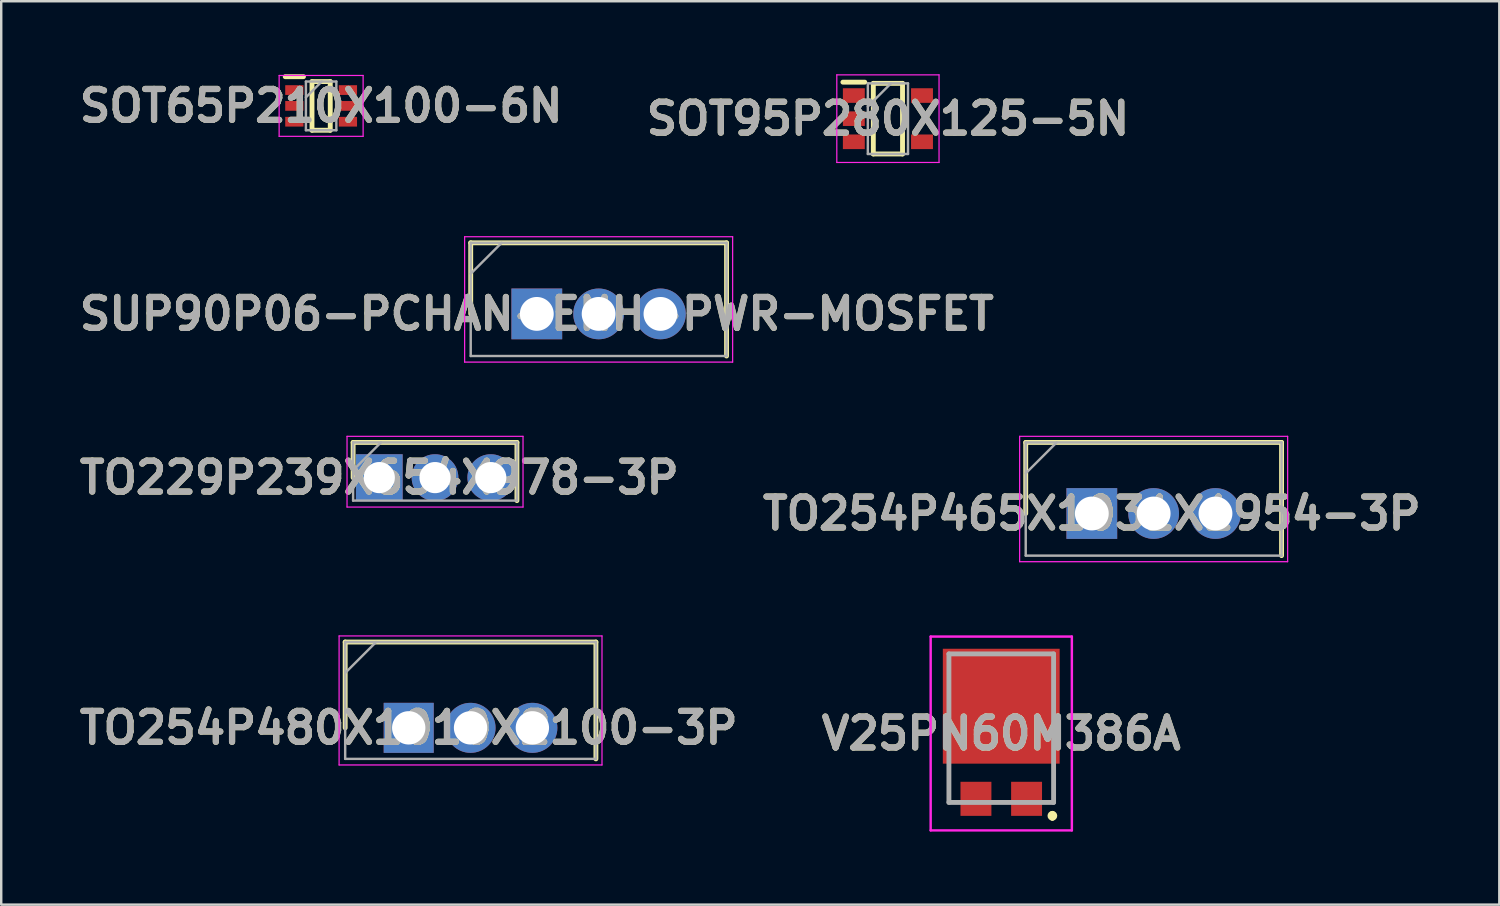
<source format=kicad_pcb>
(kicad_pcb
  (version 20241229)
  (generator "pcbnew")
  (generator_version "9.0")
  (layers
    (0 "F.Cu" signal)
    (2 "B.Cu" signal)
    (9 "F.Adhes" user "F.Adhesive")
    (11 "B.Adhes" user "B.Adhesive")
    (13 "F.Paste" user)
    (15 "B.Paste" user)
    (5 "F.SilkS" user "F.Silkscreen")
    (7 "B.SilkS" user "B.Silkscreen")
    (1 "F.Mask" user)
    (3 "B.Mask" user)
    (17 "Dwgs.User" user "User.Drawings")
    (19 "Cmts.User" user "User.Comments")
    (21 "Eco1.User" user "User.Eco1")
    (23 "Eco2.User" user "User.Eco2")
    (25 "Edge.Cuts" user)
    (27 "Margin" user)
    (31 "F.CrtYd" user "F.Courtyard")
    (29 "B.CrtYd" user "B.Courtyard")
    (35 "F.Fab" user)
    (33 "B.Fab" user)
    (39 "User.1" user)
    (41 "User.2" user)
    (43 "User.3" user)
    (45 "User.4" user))
  (footprint "SOT95P280X125-5N"
    (layer "F.Cu")
    (at 33.426 1.825)
    (property "Reference" "SOT95P280X125-5N" (at 0 0 0) (layer "F.SilkS") (effects (font (size 1.27 1.27) (thickness 0.254))))
    (attr smd)
    (fp_line (start -1.85 -1.5) (end -0.95 -1.5) (stroke (width 0.2) (type solid)) (layer "F.SilkS"))
    (fp_line (start -0.6 -1.45) (end 0.6 -1.45) (stroke (width 0.2) (type solid)) (layer "F.SilkS"))
    (fp_line (start -0.6 1.45) (end -0.6 -1.45) (stroke (width 0.2) (type solid)) (layer "F.SilkS"))
    (fp_line (start 0.6 -1.45) (end 0.6 1.45) (stroke (width 0.2) (type solid)) (layer "F.SilkS"))
    (fp_line (start 0.6 1.45) (end -0.6 1.45) (stroke (width 0.2) (type solid)) (layer "F.SilkS"))
    (fp_line (start -2.1 -1.8) (end 2.1 -1.8) (stroke (width 0.05) (type solid)) (layer "F.CrtYd"))
    (fp_line (start -2.1 1.8) (end -2.1 -1.8) (stroke (width 0.05) (type solid)) (layer "F.CrtYd"))
    (fp_line (start 2.1 -1.8) (end 2.1 1.8) (stroke (width 0.05) (type solid)) (layer "F.CrtYd"))
    (fp_line (start 2.1 1.8) (end -2.1 1.8) (stroke (width 0.05) (type solid)) (layer "F.CrtYd"))
    (fp_line (start -0.825 -1.45) (end 0.825 -1.45) (stroke (width 0.1) (type solid)) (layer "F.Fab"))
    (fp_line (start -0.825 -0.5) (end 0.125 -1.45) (stroke (width 0.1) (type solid)) (layer "F.Fab"))
    (fp_line (start -0.825 1.45) (end -0.825 -1.45) (stroke (width 0.1) (type solid)) (layer "F.Fab"))
    (fp_line (start 0.825 -1.45) (end 0.825 1.45) (stroke (width 0.1) (type solid)) (layer "F.Fab"))
    (fp_line (start 0.825 1.45) (end -0.825 1.45) (stroke (width 0.1) (type solid)) (layer "F.Fab"))
    (fp_text user "${REFERENCE}" (at 0 0 0) (layer "F.Fab") (effects (font (size 1.27 1.27) (thickness 0.254))))
    (pad "1" smd rect (at -1.4 -0.95 90) (size 0.6 0.9) (layers "F.Cu" "F.Mask" "F.Paste"))
    (pad "2" smd rect (at -1.4 0 90) (size 0.6 0.9) (layers "F.Cu" "F.Mask" "F.Paste"))
    (pad "3" smd rect (at -1.4 0.95 90) (size 0.6 0.9) (layers "F.Cu" "F.Mask" "F.Paste"))
    (pad "4" smd rect (at 1.4 0.95 90) (size 0.6 0.9) (layers "F.Cu" "F.Mask" "F.Paste"))
    (pad "5" smd rect (at 1.4 -0.95 90) (size 0.6 0.9) (layers "F.Cu" "F.Mask" "F.Paste")))
  (footprint "V25PN60M386A"
    (layer "F.Cu")
    (at 38.082 27.863)
    (property "Reference" "V25PN60M386A" (at 0 -0.781 0) (layer "F.SilkS") (effects (font (size 1.27 1.27) (thickness 0.254))))
    (attr smd)
    (fp_line (start -2.15 0.8) (end -2.15 2.05) (stroke (width 0.1) (type solid)) (layer "F.SilkS"))
    (fp_line (start -2.15 2.05) (end -2 2.05) (stroke (width 0.1) (type solid)) (layer "F.SilkS"))
    (fp_line (start -0.2 2.05) (end 0.2 2.05) (stroke (width 0.1) (type solid)) (layer "F.SilkS"))
    (fp_line (start 2 2.05) (end 2.15 2.05) (stroke (width 0.1) (type solid)) (layer "F.SilkS"))
    (fp_line (start 2.1 2.5) (end 2.1 2.5) (stroke (width 0.2) (type solid)) (layer "F.SilkS"))
    (fp_line (start 2.1 2.7) (end 2.1 2.7) (stroke (width 0.2) (type solid)) (layer "F.SilkS"))
    (fp_line (start 2.15 2.05) (end 2.15 0.8) (stroke (width 0.1) (type solid)) (layer "F.SilkS"))
    (fp_arc (start 2.1 2.5) (mid 2.2 2.6) (end 2.1 2.7) (stroke (width 0.2) (type solid)) (layer "F.SilkS"))
    (fp_arc (start 2.1 2.7) (mid 2 2.6) (end 2.1 2.5) (stroke (width 0.2) (type solid)) (layer "F.SilkS"))
    (fp_line (start -2.9 -4.763) (end 2.9 -4.763) (stroke (width 0.1) (type solid)) (layer "F.CrtYd"))
    (fp_line (start -2.9 3.2) (end -2.9 -4.763) (stroke (width 0.1) (type solid)) (layer "F.CrtYd"))
    (fp_line (start 2.9 -4.763) (end 2.9 3.2) (stroke (width 0.1) (type solid)) (layer "F.CrtYd"))
    (fp_line (start 2.9 3.2) (end -2.9 3.2) (stroke (width 0.1) (type solid)) (layer "F.CrtYd"))
    (fp_line (start -2.15 -4.05) (end 2.15 -4.05) (stroke (width 0.2) (type solid)) (layer "F.Fab"))
    (fp_line (start -2.15 2.05) (end -2.15 -4.05) (stroke (width 0.2) (type solid)) (layer "F.Fab"))
    (fp_line (start 2.15 -4.05) (end 2.15 2.05) (stroke (width 0.2) (type solid)) (layer "F.Fab"))
    (fp_line (start 2.15 2.05) (end -2.15 2.05) (stroke (width 0.2) (type solid)) (layer "F.Fab"))
    (fp_text user "${REFERENCE}" (at 0 -0.781 0) (layer "F.Fab") (effects (font (size 1.27 1.27) (thickness 0.254))))
    (pad "1" smd rect (at -1.04 1.903) (size 1.27 1.4) (layers "F.Cu" "F.Mask" "F.Paste"))
    (pad "1" smd rect (at 1.04 1.903) (size 1.27 1.4) (layers "F.Cu" "F.Mask" "F.Paste"))
    (pad "2" smd rect (at 0 -1.902 90) (size 4.72 4.8) (layers "F.Cu" "F.Mask" "F.Paste")))
  (footprint "TO229P239X654X978-3P"
    (layer "F.Cu")
    (at 12.531 16.57)
    (property "Reference" "TO229P239X654X978-3P" (at 0 0 0) (layer "F.SilkS") (effects (font (size 1.27 1.27) (thickness 0.254))))
    (attr through_hole)
    (fp_line (start -1.075 -1.445) (end -1.075 0) (stroke (width 0.2) (type solid)) (layer "F.SilkS"))
    (fp_line (start 5.655 -1.445) (end -1.075 -1.445) (stroke (width 0.2) (type solid)) (layer "F.SilkS"))
    (fp_line (start 5.655 0.945) (end 5.655 -1.445) (stroke (width 0.2) (type solid)) (layer "F.SilkS"))
    (fp_line (start -1.325 -1.695) (end 5.905 -1.695) (stroke (width 0.05) (type solid)) (layer "F.CrtYd"))
    (fp_line (start -1.325 1.21) (end -1.325 -1.695) (stroke (width 0.05) (type solid)) (layer "F.CrtYd"))
    (fp_line (start 5.905 -1.695) (end 5.905 1.21) (stroke (width 0.05) (type solid)) (layer "F.CrtYd"))
    (fp_line (start 5.905 1.21) (end -1.325 1.21) (stroke (width 0.05) (type solid)) (layer "F.CrtYd"))
    (fp_line (start -1.075 -1.445) (end 5.655 -1.445) (stroke (width 0.1) (type solid)) (layer "F.Fab"))
    (fp_line (start -1.075 -0.3) (end 0.07 -1.445) (stroke (width 0.1) (type solid)) (layer "F.Fab"))
    (fp_line (start -1.075 0.945) (end -1.075 -1.445) (stroke (width 0.1) (type solid)) (layer "F.Fab"))
    (fp_line (start 5.655 -1.445) (end 5.655 0.945) (stroke (width 0.1) (type solid)) (layer "F.Fab"))
    (fp_line (start 5.655 0.945) (end -1.075 0.945) (stroke (width 0.1) (type solid)) (layer "F.Fab"))
    (fp_text user "${REFERENCE}" (at 0 0 0) (layer "F.Fab") (effects (font (size 1.27 1.27) (thickness 0.254))))
    (pad "1" thru_hole rect (at 0 0) (size 1.92 1.92) (drill 1.28) (layers "*.Cu" "*.Mask"))
    (pad "2" thru_hole circle (at 2.29 0) (size 1.92 1.92) (drill 1.28) (layers "*.Cu" "*.Mask"))
    (pad "3" thru_hole circle (at 4.58 0) (size 1.92 1.92) (drill 1.28) (layers "*.Cu" "*.Mask")))
  (footprint "SOT65P210X100-6N"
    (layer "F.Cu")
    (at 10.142 1.3)
    (property "Reference" "SOT65P210X100-6N" (at 0 0 0) (layer "F.SilkS") (effects (font (size 1.27 1.27) (thickness 0.254))))
    (attr smd)
    (fp_line (start -1.475 -1.2) (end -0.725 -1.2) (stroke (width 0.2) (type solid)) (layer "F.SilkS"))
    (fp_line (start -0.375 -1) (end 0.375 -1) (stroke (width 0.2) (type solid)) (layer "F.SilkS"))
    (fp_line (start -0.375 1) (end -0.375 -1) (stroke (width 0.2) (type solid)) (layer "F.SilkS"))
    (fp_line (start 0.375 -1) (end 0.375 1) (stroke (width 0.2) (type solid)) (layer "F.SilkS"))
    (fp_line (start 0.375 1) (end -0.375 1) (stroke (width 0.2) (type solid)) (layer "F.SilkS"))
    (fp_line (start -1.725 -1.25) (end 1.725 -1.25) (stroke (width 0.05) (type solid)) (layer "F.CrtYd"))
    (fp_line (start -1.725 1.25) (end -1.725 -1.25) (stroke (width 0.05) (type solid)) (layer "F.CrtYd"))
    (fp_line (start 1.725 -1.25) (end 1.725 1.25) (stroke (width 0.05) (type solid)) (layer "F.CrtYd"))
    (fp_line (start 1.725 1.25) (end -1.725 1.25) (stroke (width 0.05) (type solid)) (layer "F.CrtYd"))
    (fp_line (start -0.625 -1) (end 0.625 -1) (stroke (width 0.1) (type solid)) (layer "F.Fab"))
    (fp_line (start -0.625 -0.35) (end 0.025 -1) (stroke (width 0.1) (type solid)) (layer "F.Fab"))
    (fp_line (start -0.625 1) (end -0.625 -1) (stroke (width 0.1) (type solid)) (layer "F.Fab"))
    (fp_line (start 0.625 -1) (end 0.625 1) (stroke (width 0.1) (type solid)) (layer "F.Fab"))
    (fp_line (start 0.625 1) (end -0.625 1) (stroke (width 0.1) (type solid)) (layer "F.Fab"))
    (fp_text user "${REFERENCE}" (at 0 0 0) (layer "F.Fab") (effects (font (size 1.27 1.27) (thickness 0.254))))
    (pad "1" smd rect (at -1.1 -0.65 90) (size 0.4 0.75) (layers "F.Cu" "F.Mask" "F.Paste"))
    (pad "2" smd rect (at -1.1 0 90) (size 0.4 0.75) (layers "F.Cu" "F.Mask" "F.Paste"))
    (pad "3" smd rect (at -1.1 0.65 90) (size 0.4 0.75) (layers "F.Cu" "F.Mask" "F.Paste"))
    (pad "4" smd rect (at 1.1 0.65 90) (size 0.4 0.75) (layers "F.Cu" "F.Mask" "F.Paste"))
    (pad "5" smd rect (at 1.1 0 90) (size 0.4 0.75) (layers "F.Cu" "F.Mask" "F.Paste"))
    (pad "6" smd rect (at 1.1 -0.65 90) (size 0.4 0.75) (layers "F.Cu" "F.Mask" "F.Paste")))
  (footprint "TO254P465X1031X1954-3P"
    (layer "F.Cu")
    (at 41.802 18.045)
    (property "Reference" "TO254P465X1031X1954-3P" (at 0 0 0) (layer "F.SilkS") (effects (font (size 1.27 1.27) (thickness 0.254))))
    (attr through_hole)
    (fp_line (start -2.715 -2.92) (end -2.715 0) (stroke (width 0.2) (type solid)) (layer "F.SilkS"))
    (fp_line (start 7.795 -2.92) (end -2.715 -2.92) (stroke (width 0.2) (type solid)) (layer "F.SilkS"))
    (fp_line (start 7.795 1.73) (end 7.795 -2.92) (stroke (width 0.2) (type solid)) (layer "F.SilkS"))
    (fp_line (start -2.965 -3.17) (end 8.045 -3.17) (stroke (width 0.05) (type solid)) (layer "F.CrtYd"))
    (fp_line (start -2.965 1.98) (end -2.965 -3.17) (stroke (width 0.05) (type solid)) (layer "F.CrtYd"))
    (fp_line (start 8.045 -3.17) (end 8.045 1.98) (stroke (width 0.05) (type solid)) (layer "F.CrtYd"))
    (fp_line (start 8.045 1.98) (end -2.965 1.98) (stroke (width 0.05) (type solid)) (layer "F.CrtYd"))
    (fp_line (start -2.715 -2.92) (end 7.795 -2.92) (stroke (width 0.1) (type solid)) (layer "F.Fab"))
    (fp_line (start -2.715 -1.65) (end -1.445 -2.92) (stroke (width 0.1) (type solid)) (layer "F.Fab"))
    (fp_line (start -2.715 1.73) (end -2.715 -2.92) (stroke (width 0.1) (type solid)) (layer "F.Fab"))
    (fp_line (start 7.795 -2.92) (end 7.795 1.73) (stroke (width 0.1) (type solid)) (layer "F.Fab"))
    (fp_line (start 7.795 1.73) (end -2.715 1.73) (stroke (width 0.1) (type solid)) (layer "F.Fab"))
    (fp_text user "${REFERENCE}" (at 0 0 0) (layer "F.Fab") (effects (font (size 1.27 1.27) (thickness 0.254))))
    (pad "1" thru_hole rect (at 0 0) (size 2.085 2.085) (drill 1.39) (layers "*.Cu" "*.Mask"))
    (pad "2" thru_hole circle (at 2.54 0) (size 2.085 2.085) (drill 1.39) (layers "*.Cu" "*.Mask"))
    (pad "3" thru_hole circle (at 5.08 0) (size 2.085 2.085) (drill 1.39) (layers "*.Cu" "*.Mask")))
  (footprint "TO254P480X1010X2100-3P"
    (layer "F.Cu")
    (at 13.74 26.85)
    (property "Reference" "TO254P480X1010X2100-3P" (at 0 0 0) (layer "F.SilkS") (effects (font (size 1.27 1.27) (thickness 0.254))))
    (attr through_hole)
    (fp_line (start -2.61 -3.525) (end -2.61 0) (stroke (width 0.2) (type solid)) (layer "F.SilkS"))
    (fp_line (start 7.69 -3.525) (end -2.61 -3.525) (stroke (width 0.2) (type solid)) (layer "F.SilkS"))
    (fp_line (start 7.69 1.275) (end 7.69 -3.525) (stroke (width 0.2) (type solid)) (layer "F.SilkS"))
    (fp_line (start -2.86 -3.775) (end 7.94 -3.775) (stroke (width 0.05) (type solid)) (layer "F.CrtYd"))
    (fp_line (start -2.86 1.525) (end -2.86 -3.775) (stroke (width 0.05) (type solid)) (layer "F.CrtYd"))
    (fp_line (start 7.94 -3.775) (end 7.94 1.525) (stroke (width 0.05) (type solid)) (layer "F.CrtYd"))
    (fp_line (start 7.94 1.525) (end -2.86 1.525) (stroke (width 0.05) (type solid)) (layer "F.CrtYd"))
    (fp_line (start -2.61 -3.525) (end 7.69 -3.525) (stroke (width 0.1) (type solid)) (layer "F.Fab"))
    (fp_line (start -2.61 -2.255) (end -1.34 -3.525) (stroke (width 0.1) (type solid)) (layer "F.Fab"))
    (fp_line (start -2.61 1.275) (end -2.61 -3.525) (stroke (width 0.1) (type solid)) (layer "F.Fab"))
    (fp_line (start 7.69 -3.525) (end 7.69 1.275) (stroke (width 0.1) (type solid)) (layer "F.Fab"))
    (fp_line (start 7.69 1.275) (end -2.61 1.275) (stroke (width 0.1) (type solid)) (layer "F.Fab"))
    (fp_text user "${REFERENCE}" (at 0 0 0) (layer "F.Fab") (effects (font (size 1.27 1.27) (thickness 0.254))))
    (pad "1" thru_hole rect (at 0 0) (size 2.055 2.055) (drill 1.37) (layers "*.Cu" "*.Mask"))
    (pad "2" thru_hole circle (at 2.54 0) (size 2.055 2.055) (drill 1.37) (layers "*.Cu" "*.Mask"))
    (pad "3" thru_hole circle (at 5.08 0) (size 2.055 2.055) (drill 1.37) (layers "*.Cu" "*.Mask")))
  (footprint "SUP90P06-PCHAN-ENH-PWR-MOSFET"
    (layer "F.Cu")
    (at 19.002 9.845)
    (property "Reference" "SUP90P06-PCHAN-ENH-PWR-MOSFET" (at 0 0 0) (layer "F.SilkS") (effects (font (size 1.27 1.27) (thickness 0.254))))
    (attr through_hole)
    (fp_line (start -2.715 -2.92) (end -2.715 0) (stroke (width 0.2) (type solid)) (layer "F.SilkS"))
    (fp_line (start 7.795 -2.92) (end -2.715 -2.92) (stroke (width 0.2) (type solid)) (layer "F.SilkS"))
    (fp_line (start 7.795 1.73) (end 7.795 -2.92) (stroke (width 0.2) (type solid)) (layer "F.SilkS"))
    (fp_line (start -2.965 -3.17) (end 8.045 -3.17) (stroke (width 0.05) (type solid)) (layer "F.CrtYd"))
    (fp_line (start -2.965 1.98) (end -2.965 -3.17) (stroke (width 0.05) (type solid)) (layer "F.CrtYd"))
    (fp_line (start 8.045 -3.17) (end 8.045 1.98) (stroke (width 0.05) (type solid)) (layer "F.CrtYd"))
    (fp_line (start 8.045 1.98) (end -2.965 1.98) (stroke (width 0.05) (type solid)) (layer "F.CrtYd"))
    (fp_line (start -2.715 -2.92) (end 7.795 -2.92) (stroke (width 0.1) (type solid)) (layer "F.Fab"))
    (fp_line (start -2.715 -1.65) (end -1.445 -2.92) (stroke (width 0.1) (type solid)) (layer "F.Fab"))
    (fp_line (start -2.715 1.73) (end -2.715 -2.92) (stroke (width 0.1) (type solid)) (layer "F.Fab"))
    (fp_line (start 7.795 -2.92) (end 7.795 1.73) (stroke (width 0.1) (type solid)) (layer "F.Fab"))
    (fp_line (start 7.795 1.73) (end -2.715 1.73) (stroke (width 0.1) (type solid)) (layer "F.Fab"))
    (fp_text user "${REFERENCE}" (at 0 0 0) (layer "F.Fab") (effects (font (size 1.27 1.27) (thickness 0.254))))
    (pad "1" thru_hole rect (at 0 0) (size 2.085 2.085) (drill 1.39) (layers "*.Cu" "*.Mask"))
    (pad "2" thru_hole circle (at 2.54 0) (size 2.085 2.085) (drill 1.39) (layers "*.Cu" "*.Mask"))
    (pad "3" thru_hole circle (at 5.08 0) (size 2.085 2.085) (drill 1.39) (layers "*.Cu" "*.Mask")))
  (gr_rect
    (start -3 -3)
    (end 58.542 34.113)
    (stroke (width 0.1) (type default))
    (fill no)
    (layer "Edge.Cuts")))
</source>
